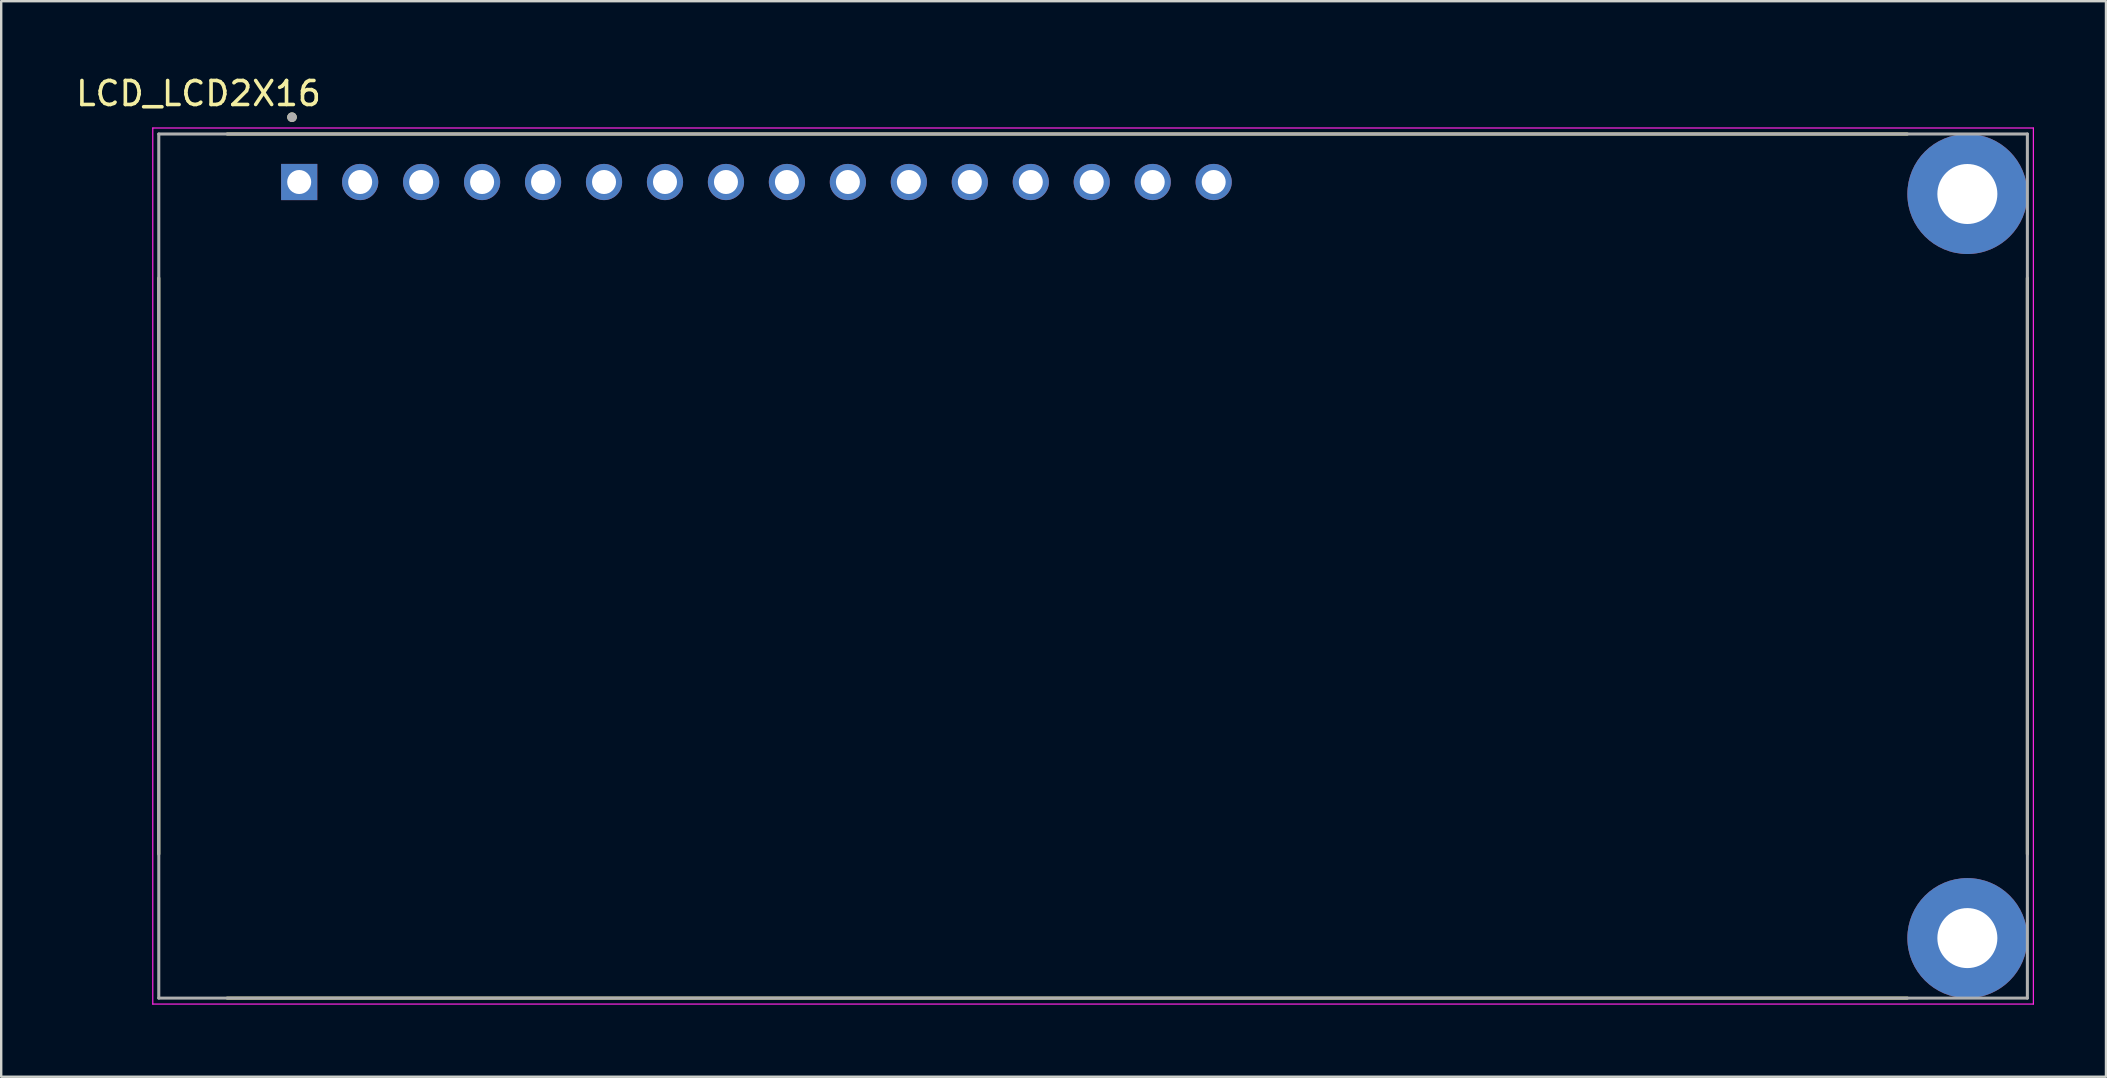
<source format=kicad_pcb>
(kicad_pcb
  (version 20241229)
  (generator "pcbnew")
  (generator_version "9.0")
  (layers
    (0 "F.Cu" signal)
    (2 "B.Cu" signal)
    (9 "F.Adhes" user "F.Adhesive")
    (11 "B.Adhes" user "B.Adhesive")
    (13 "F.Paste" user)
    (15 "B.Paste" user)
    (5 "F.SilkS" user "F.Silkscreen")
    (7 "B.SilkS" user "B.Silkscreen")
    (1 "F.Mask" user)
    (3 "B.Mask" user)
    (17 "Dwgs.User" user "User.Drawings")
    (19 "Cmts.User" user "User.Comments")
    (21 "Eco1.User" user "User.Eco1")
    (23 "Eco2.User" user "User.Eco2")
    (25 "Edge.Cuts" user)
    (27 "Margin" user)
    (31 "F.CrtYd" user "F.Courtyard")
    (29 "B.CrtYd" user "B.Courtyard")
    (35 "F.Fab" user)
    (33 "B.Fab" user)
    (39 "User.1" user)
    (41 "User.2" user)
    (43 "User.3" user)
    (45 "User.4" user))
  (footprint "LCD_LCD2X16"
    (layer "F.Cu")
    (at 41.415 20.533)
    (property "Reference" "LCD_LCD2X16" (at -36.195 -19.685 0) (layer "F.SilkS") (effects (font (size 1 1) (thickness 0.15))))
    (attr through_hole)
    (fp_line (start -37.85 12) (end -37.85 -12) (stroke (width 0.127) (type solid)) (layer "F.SilkS"))
    (fp_line (start -35 -18) (end 35 -18) (stroke (width 0.127) (type solid)) (layer "F.SilkS"))
    (fp_line (start 35 18) (end -35 18) (stroke (width 0.127) (type solid)) (layer "F.SilkS"))
    (fp_line (start 40 -12) (end 40 12) (stroke (width 0.127) (type solid)) (layer "F.SilkS"))
    (fp_circle (center -32.3 -18.7) (end -32.2 -18.7) (stroke (width 0.2) (type solid)) (fill no) (layer "F.SilkS"))
    (fp_line (start -38.1 -18.25) (end 40.25 -18.25) (stroke (width 0.05) (type solid)) (layer "F.CrtYd"))
    (fp_line (start -38.1 18.25) (end -38.1 -18.25) (stroke (width 0.05) (type solid)) (layer "F.CrtYd"))
    (fp_line (start 40.25 -18.25) (end 40.25 18.25) (stroke (width 0.05) (type solid)) (layer "F.CrtYd"))
    (fp_line (start 40.25 18.25) (end -38.1 18.25) (stroke (width 0.05) (type solid)) (layer "F.CrtYd"))
    (fp_line (start -37.85 -18) (end -37.85 18) (stroke (width 0.127) (type solid)) (layer "F.Fab"))
    (fp_line (start -37.85 -18) (end 40 -18) (stroke (width 0.127) (type solid)) (layer "F.Fab"))
    (fp_line (start -37.85 18) (end 40 18) (stroke (width 0.127) (type solid)) (layer "F.Fab"))
    (fp_line (start 40 18) (end 40 -18) (stroke (width 0.127) (type solid)) (layer "F.Fab"))
    (fp_circle (center -32.3 -18.7) (end -32.2 -18.7) (stroke (width 0.2) (type solid)) (fill no) (layer "F.Fab"))
    (pad "1" thru_hole rect (at -32 -16) (size 1.508 1.508) (drill 1) (layers "*.Cu" "*.Mask"))
    (pad "2" thru_hole circle (at -29.46 -16) (size 1.508 1.508) (drill 1) (layers "*.Cu" "*.Mask"))
    (pad "3" thru_hole circle (at -26.92 -16) (size 1.508 1.508) (drill 1) (layers "*.Cu" "*.Mask"))
    (pad "4" thru_hole circle (at -24.38 -16) (size 1.508 1.508) (drill 1) (layers "*.Cu" "*.Mask"))
    (pad "5" thru_hole circle (at -21.84 -16) (size 1.508 1.508) (drill 1) (layers "*.Cu" "*.Mask"))
    (pad "6" thru_hole circle (at -19.3 -16) (size 1.508 1.508) (drill 1) (layers "*.Cu" "*.Mask"))
    (pad "7" thru_hole circle (at -16.76 -16) (size 1.508 1.508) (drill 1) (layers "*.Cu" "*.Mask"))
    (pad "8" thru_hole circle (at -14.22 -16) (size 1.508 1.508) (drill 1) (layers "*.Cu" "*.Mask"))
    (pad "9" thru_hole circle (at -11.68 -16) (size 1.508 1.508) (drill 1) (layers "*.Cu" "*.Mask"))
    (pad "10" thru_hole circle (at -9.14 -16) (size 1.508 1.508) (drill 1) (layers "*.Cu" "*.Mask"))
    (pad "11" thru_hole circle (at -6.6 -16) (size 1.508 1.508) (drill 1) (layers "*.Cu" "*.Mask"))
    (pad "12" thru_hole circle (at -4.06 -16) (size 1.508 1.508) (drill 1) (layers "*.Cu" "*.Mask"))
    (pad "13" thru_hole circle (at -1.52 -16) (size 1.508 1.508) (drill 1) (layers "*.Cu" "*.Mask"))
    (pad "14" thru_hole circle (at 1.02 -16) (size 1.508 1.508) (drill 1) (layers "*.Cu" "*.Mask"))
    (pad "15" thru_hole circle (at 3.56 -16) (size 1.508 1.508) (drill 1) (layers "*.Cu" "*.Mask"))
    (pad "16" thru_hole circle (at 6.1 -16) (size 1.508 1.508) (drill 1) (layers "*.Cu" "*.Mask"))
    (pad "S2" thru_hole circle (at 37.5 -15.5) (size 5 5) (drill 2.5) (layers "*.Cu" "*.Mask"))
    (pad "S3" thru_hole circle (at 37.5 15.5) (size 5 5) (drill 2.5) (layers "*.Cu" "*.Mask")))
  (gr_rect
    (start -3 -3)
    (end 84.69 41.808)
    (stroke (width 0.1) (type default))
    (fill no)
    (layer "Edge.Cuts")))
</source>
